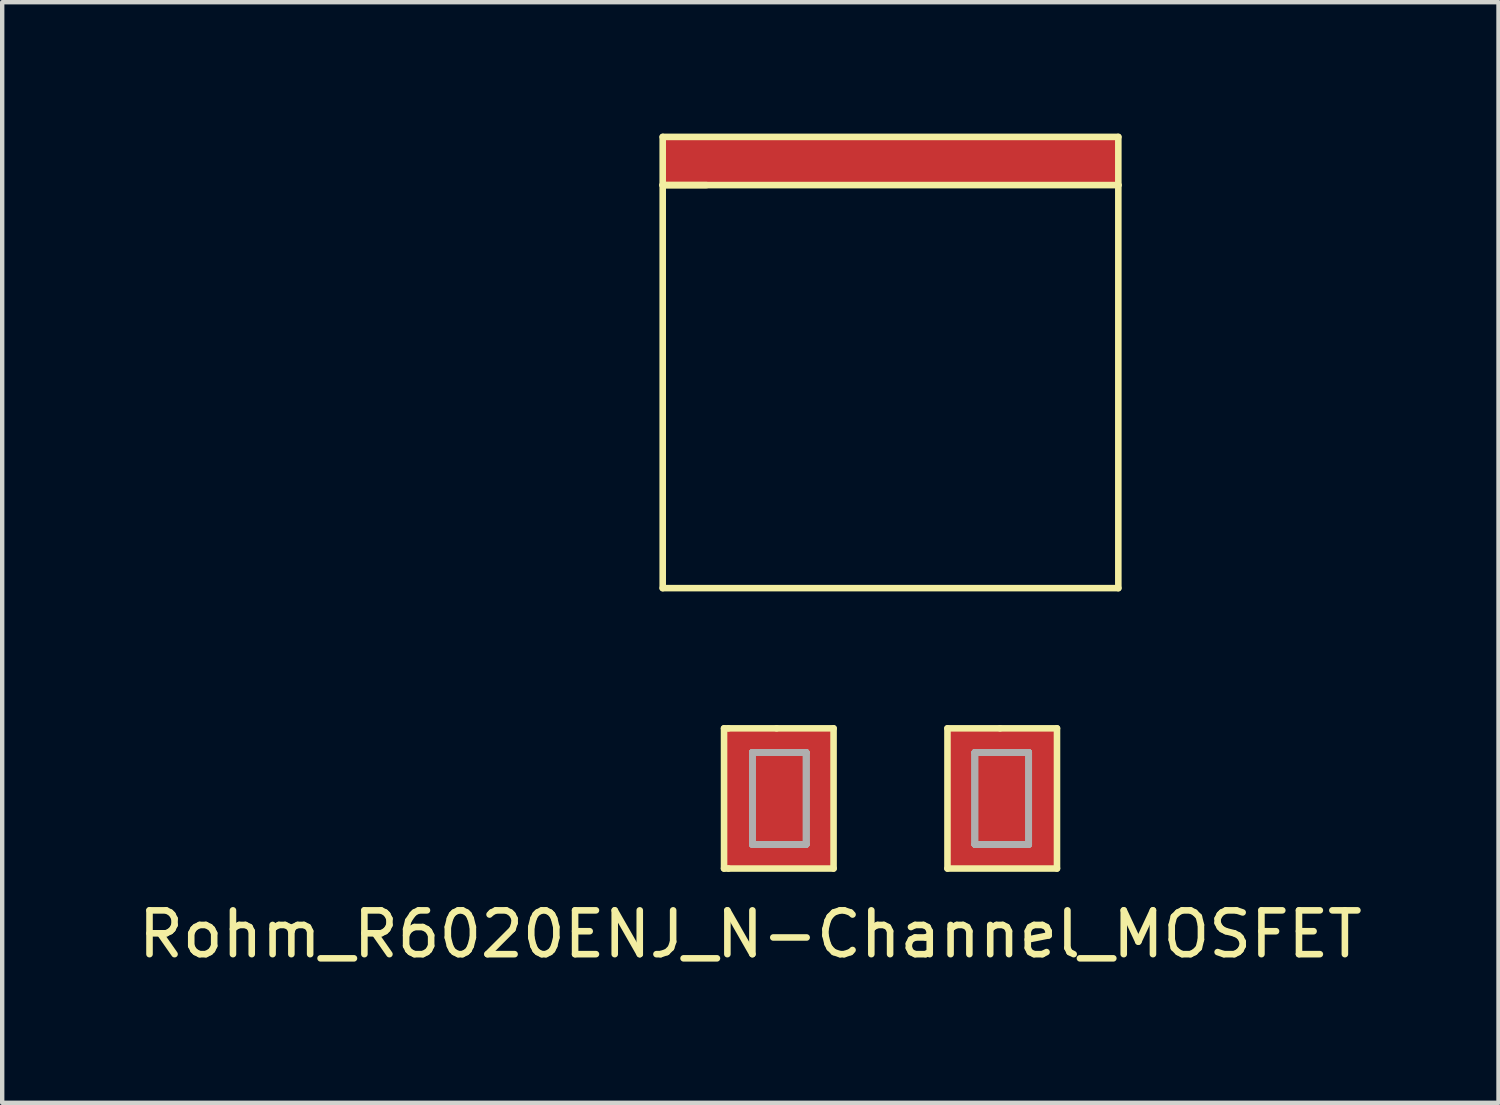
<source format=kicad_pcb>
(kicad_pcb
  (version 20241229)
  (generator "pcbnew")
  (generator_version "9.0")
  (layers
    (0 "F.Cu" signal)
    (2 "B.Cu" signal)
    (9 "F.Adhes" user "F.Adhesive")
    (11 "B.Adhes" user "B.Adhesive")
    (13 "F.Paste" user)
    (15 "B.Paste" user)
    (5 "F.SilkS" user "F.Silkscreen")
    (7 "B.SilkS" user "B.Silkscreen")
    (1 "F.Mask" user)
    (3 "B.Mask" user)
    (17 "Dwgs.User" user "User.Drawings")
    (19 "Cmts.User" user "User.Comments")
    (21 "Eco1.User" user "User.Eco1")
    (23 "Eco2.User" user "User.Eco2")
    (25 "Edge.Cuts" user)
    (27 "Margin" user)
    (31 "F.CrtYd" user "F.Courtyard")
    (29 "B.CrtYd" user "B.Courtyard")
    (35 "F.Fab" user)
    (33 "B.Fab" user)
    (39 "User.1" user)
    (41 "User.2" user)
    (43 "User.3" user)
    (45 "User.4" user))
  (footprint "Rohm_R6020ENJ_N-Channel_MOSFET"
    (layer "F.Cu")
    (at 12.077 10.375)
    (property "Reference" "Rohm_R6020ENJ_N-Channel_MOSFET" (at 2 7.9 0) (layer "F.SilkS") (effects (font (size 1 1) (thickness 0.15))))
    (attr through_hole)
    (fp_line (start 0 -10.3) (end 10.4 -10.3) (stroke (width 0.15) (type solid)) (layer "F.SilkS"))
    (fp_line (start 0 -9.2) (end 0 -10.3) (stroke (width 0.15) (type solid)) (layer "F.SilkS"))
    (fp_line (start 0 -9.2) (end 1 -9.2) (stroke (width 0.15) (type solid)) (layer "F.SilkS"))
    (fp_line (start 0 -9.2) (end 10.4 -9.2) (stroke (width 0.15) (type solid)) (layer "F.SilkS"))
    (fp_line (start 0 0) (end 0 -9.2) (stroke (width 0.15) (type solid)) (layer "F.SilkS"))
    (fp_line (start 1.4 3.2) (end 1.4 6.4) (stroke (width 0.15) (type solid)) (layer "F.SilkS"))
    (fp_line (start 1.4 6.4) (end 1.5 6.4) (stroke (width 0.15) (type solid)) (layer "F.SilkS"))
    (fp_line (start 1.5 3.2) (end 1.4 3.2) (stroke (width 0.15) (type solid)) (layer "F.SilkS"))
    (fp_line (start 1.5 3.2) (end 2.6 3.2) (stroke (width 0.15) (type solid)) (layer "F.SilkS"))
    (fp_line (start 2.6 3.2) (end 3.9 3.2) (stroke (width 0.15) (type solid)) (layer "F.SilkS"))
    (fp_line (start 3.9 3.2) (end 3.9 6.4) (stroke (width 0.15) (type solid)) (layer "F.SilkS"))
    (fp_line (start 3.9 6.4) (end 1.5 6.4) (stroke (width 0.15) (type solid)) (layer "F.SilkS"))
    (fp_line (start 6.5 3.2) (end 6.5 6.4) (stroke (width 0.15) (type solid)) (layer "F.SilkS"))
    (fp_line (start 6.5 3.2) (end 7.7 3.2) (stroke (width 0.15) (type solid)) (layer "F.SilkS"))
    (fp_line (start 7.7 3.2) (end 9 3.2) (stroke (width 0.15) (type solid)) (layer "F.SilkS"))
    (fp_line (start 9 3.2) (end 9 6.4) (stroke (width 0.15) (type solid)) (layer "F.SilkS"))
    (fp_line (start 9 6.4) (end 6.5 6.4) (stroke (width 0.15) (type solid)) (layer "F.SilkS"))
    (fp_line (start 10.4 -10.3) (end 10.4 -9.2) (stroke (width 0.15) (type solid)) (layer "F.SilkS"))
    (fp_line (start 10.4 -9.2) (end 10.4 0) (stroke (width 0.15) (type solid)) (layer "F.SilkS"))
    (fp_line (start 10.4 0) (end 0 0) (stroke (width 0.15) (type solid)) (layer "F.SilkS"))
    (fp_line (start 2.045 3.75) (end 2.045 5.85) (stroke (width 0.15) (type solid)) (layer "F.Fab"))
    (fp_line (start 2.045 3.75) (end 2.045 5.85) (stroke (width 0.15) (type solid)) (layer "F.Fab"))
    (fp_line (start 2.045 3.75) (end 2.045 5.85) (stroke (width 0.15) (type solid)) (layer "F.Fab"))
    (fp_line (start 2.045 3.75) (end 2.045 5.85) (stroke (width 0.15) (type solid)) (layer "F.Fab"))
    (fp_line (start 2.045 3.75) (end 3.275 3.75) (stroke (width 0.15) (type solid)) (layer "F.Fab"))
    (fp_line (start 2.045 3.75) (end 3.275 3.75) (stroke (width 0.15) (type solid)) (layer "F.Fab"))
    (fp_line (start 2.045 3.75) (end 3.275 3.75) (stroke (width 0.15) (type solid)) (layer "F.Fab"))
    (fp_line (start 2.045 3.75) (end 3.275 3.75) (stroke (width 0.15) (type solid)) (layer "F.Fab"))
    (fp_line (start 2.045 5.85) (end 3.275 5.85) (stroke (width 0.15) (type solid)) (layer "F.Fab"))
    (fp_line (start 2.045 5.85) (end 3.275 5.85) (stroke (width 0.15) (type solid)) (layer "F.Fab"))
    (fp_line (start 2.045 5.85) (end 3.275 5.85) (stroke (width 0.15) (type solid)) (layer "F.Fab"))
    (fp_line (start 2.045 5.85) (end 3.275 5.85) (stroke (width 0.15) (type solid)) (layer "F.Fab"))
    (fp_line (start 3.275 3.75) (end 3.275 5.85) (stroke (width 0.15) (type solid)) (layer "F.Fab"))
    (fp_line (start 3.275 3.75) (end 3.275 5.85) (stroke (width 0.15) (type solid)) (layer "F.Fab"))
    (fp_line (start 3.275 3.75) (end 3.275 5.85) (stroke (width 0.15) (type solid)) (layer "F.Fab"))
    (fp_line (start 3.275 3.75) (end 3.275 5.85) (stroke (width 0.15) (type solid)) (layer "F.Fab"))
    (fp_line (start 7.125 3.75) (end 7.125 5.85) (stroke (width 0.15) (type solid)) (layer "F.Fab"))
    (fp_line (start 7.125 3.75) (end 7.125 5.85) (stroke (width 0.15) (type solid)) (layer "F.Fab"))
    (fp_line (start 7.125 3.75) (end 7.125 5.85) (stroke (width 0.15) (type solid)) (layer "F.Fab"))
    (fp_line (start 7.125 3.75) (end 7.125 5.85) (stroke (width 0.15) (type solid)) (layer "F.Fab"))
    (fp_line (start 7.125 3.75) (end 8.355 3.75) (stroke (width 0.15) (type solid)) (layer "F.Fab"))
    (fp_line (start 7.125 3.75) (end 8.355 3.75) (stroke (width 0.15) (type solid)) (layer "F.Fab"))
    (fp_line (start 7.125 3.75) (end 8.355 3.75) (stroke (width 0.15) (type solid)) (layer "F.Fab"))
    (fp_line (start 7.125 3.75) (end 8.355 3.75) (stroke (width 0.15) (type solid)) (layer "F.Fab"))
    (fp_line (start 7.125 5.85) (end 8.355 5.85) (stroke (width 0.15) (type solid)) (layer "F.Fab"))
    (fp_line (start 7.125 5.85) (end 8.355 5.85) (stroke (width 0.15) (type solid)) (layer "F.Fab"))
    (fp_line (start 7.125 5.85) (end 8.355 5.85) (stroke (width 0.15) (type solid)) (layer "F.Fab"))
    (fp_line (start 7.125 5.85) (end 8.355 5.85) (stroke (width 0.15) (type solid)) (layer "F.Fab"))
    (fp_line (start 8.355 3.75) (end 8.355 5.85) (stroke (width 0.15) (type solid)) (layer "F.Fab"))
    (fp_line (start 8.355 3.75) (end 8.355 5.85) (stroke (width 0.15) (type solid)) (layer "F.Fab"))
    (fp_line (start 8.355 3.75) (end 8.355 5.85) (stroke (width 0.15) (type solid)) (layer "F.Fab"))
    (fp_line (start 8.355 3.75) (end 8.355 5.85) (stroke (width 0.15) (type solid)) (layer "F.Fab"))
    (pad "1" smd rect (at 2.6 4.8) (size 2.5 3.2) (layers "F.Cu" "F.Mask" "F.Paste"))
    (pad "2" smd rect (at 7.8 4.8) (size 2.5 3.2) (layers "F.Cu" "F.Mask" "F.Paste"))
    (pad "3" smd rect (at 5.2 -9.8) (size 10.5 1.1) (layers "F.Cu" "F.Mask" "F.Paste")))
  (gr_rect
    (start -3 -3)
    (end 31.155 22.123)
    (stroke (width 0.1) (type default))
    (fill no)
    (layer "Edge.Cuts")))
</source>
